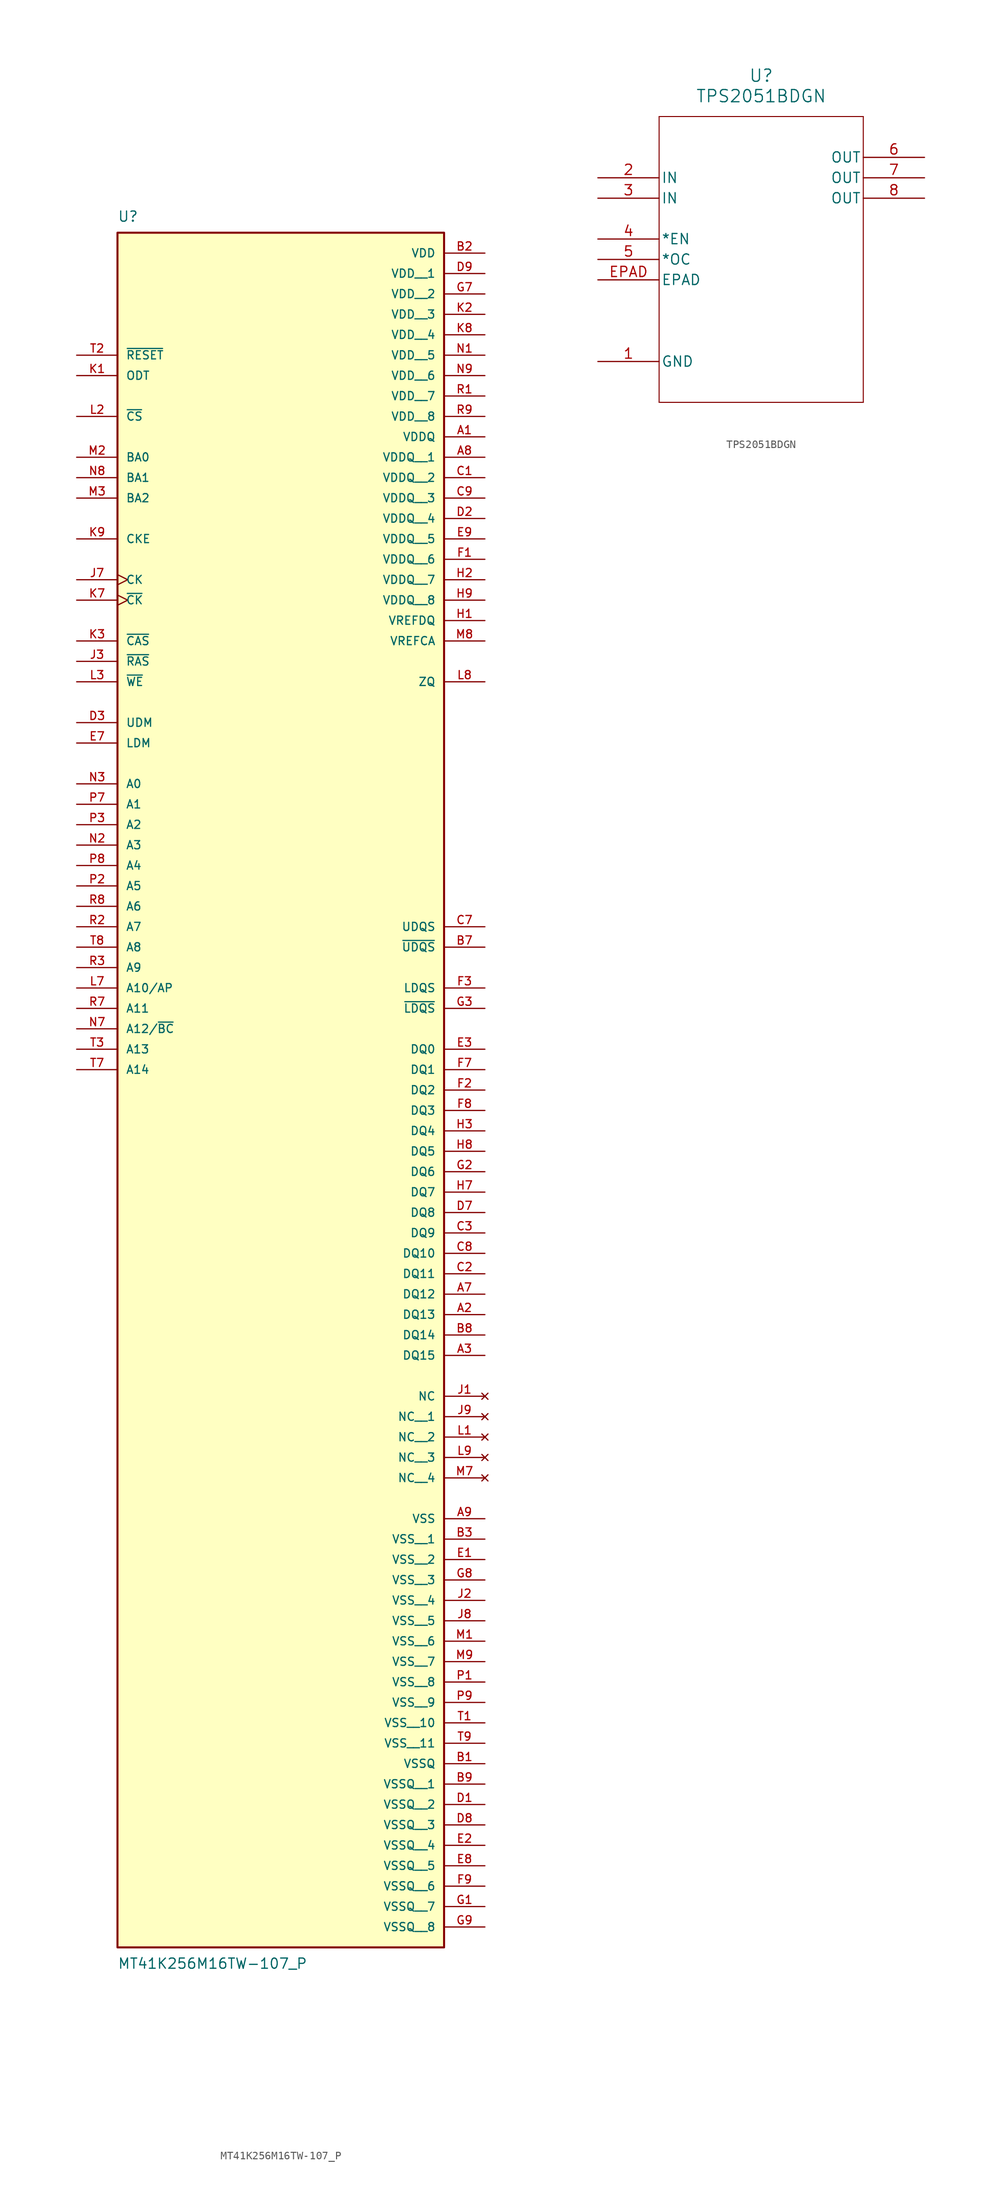
<source format=kicad_sym>
(kicad_symbol_lib
  (version 20231120)
  (generator "kicad_symbol_editor")
  (generator_version "8.0")
  (symbol "MT41K256M16TW-107_P"
    (pin_names
      (offset 1.016))
    (property "Reference" "U"
      (at -20.32 57.15 0)
      (effects (font (size 1.27 1.27)) (justify left bottom)))
    (property "Value" "MT41K256M16TW-107_P"
      (at -20.32 -158.75 0)
      (effects (font (size 1.27 1.27)) (justify left top)))
    (symbol "MT41K256M16TW-107_P_0_0"
      (rectangle (start -20.32 -157.48) (end 20.32 55.88) (stroke (width 0.254) (type default)) (fill (type background)))
      (pin power_in line (at 25.4 30.48 180) (length 5.08) (name "VDDQ" (effects (font (size 1.016 1.016)))) (number "A1" (effects (font (size 1.016 1.016)))))
      (pin bidirectional line (at 25.4 -78.74 180) (length 5.08) (name "DQ13" (effects (font (size 1.016 1.016)))) (number "A2" (effects (font (size 1.016 1.016)))))
      (pin bidirectional line (at 25.4 -83.82 180) (length 5.08) (name "DQ15" (effects (font (size 1.016 1.016)))) (number "A3" (effects (font (size 1.016 1.016)))))
      (pin bidirectional line (at 25.4 -76.2 180) (length 5.08) (name "DQ12" (effects (font (size 1.016 1.016)))) (number "A7" (effects (font (size 1.016 1.016)))))
      (pin power_in line (at 25.4 27.94 180) (length 5.08) (name "VDDQ__1" (effects (font (size 1.016 1.016)))) (number "A8" (effects (font (size 1.016 1.016)))))
      (pin power_in line (at 25.4 -104.14 180) (length 5.08) (name "VSS" (effects (font (size 1.016 1.016)))) (number "A9" (effects (font (size 1.016 1.016)))))
      (pin power_in line (at 25.4 -134.62 180) (length 5.08) (name "VSSQ" (effects (font (size 1.016 1.016)))) (number "B1" (effects (font (size 1.016 1.016)))))
      (pin power_in line (at 25.4 53.34 180) (length 5.08) (name "VDD" (effects (font (size 1.016 1.016)))) (number "B2" (effects (font (size 1.016 1.016)))))
      (pin power_in line (at 25.4 -106.68 180) (length 5.08) (name "VSS__1" (effects (font (size 1.016 1.016)))) (number "B3" (effects (font (size 1.016 1.016)))))
      (pin bidirectional line (at 25.4 -33.02 180) (length 5.08) (name "~{UDQS}" (effects (font (size 1.016 1.016)))) (number "B7" (effects (font (size 1.016 1.016)))))
      (pin bidirectional line (at 25.4 -81.28 180) (length 5.08) (name "DQ14" (effects (font (size 1.016 1.016)))) (number "B8" (effects (font (size 1.016 1.016)))))
      (pin power_in line (at 25.4 -137.16 180) (length 5.08) (name "VSSQ__1" (effects (font (size 1.016 1.016)))) (number "B9" (effects (font (size 1.016 1.016)))))
      (pin power_in line (at 25.4 25.4 180) (length 5.08) (name "VDDQ__2" (effects (font (size 1.016 1.016)))) (number "C1" (effects (font (size 1.016 1.016)))))
      (pin bidirectional line (at 25.4 -73.66 180) (length 5.08) (name "DQ11" (effects (font (size 1.016 1.016)))) (number "C2" (effects (font (size 1.016 1.016)))))
      (pin bidirectional line (at 25.4 -68.58 180) (length 5.08) (name "DQ9" (effects (font (size 1.016 1.016)))) (number "C3" (effects (font (size 1.016 1.016)))))
      (pin bidirectional line (at 25.4 -30.48 180) (length 5.08) (name "UDQS" (effects (font (size 1.016 1.016)))) (number "C7" (effects (font (size 1.016 1.016)))))
      (pin bidirectional line (at 25.4 -71.12 180) (length 5.08) (name "DQ10" (effects (font (size 1.016 1.016)))) (number "C8" (effects (font (size 1.016 1.016)))))
      (pin power_in line (at 25.4 22.86 180) (length 5.08) (name "VDDQ__3" (effects (font (size 1.016 1.016)))) (number "C9" (effects (font (size 1.016 1.016)))))
      (pin power_in line (at 25.4 -139.7 180) (length 5.08) (name "VSSQ__2" (effects (font (size 1.016 1.016)))) (number "D1" (effects (font (size 1.016 1.016)))))
      (pin power_in line (at 25.4 20.32 180) (length 5.08) (name "VDDQ__4" (effects (font (size 1.016 1.016)))) (number "D2" (effects (font (size 1.016 1.016)))))
      (pin input line (at -25.4 -5.08 0) (length 5.08) (name "UDM" (effects (font (size 1.016 1.016)))) (number "D3" (effects (font (size 1.016 1.016)))))
      (pin bidirectional line (at 25.4 -66.04 180) (length 5.08) (name "DQ8" (effects (font (size 1.016 1.016)))) (number "D7" (effects (font (size 1.016 1.016)))))
      (pin power_in line (at 25.4 -142.24 180) (length 5.08) (name "VSSQ__3" (effects (font (size 1.016 1.016)))) (number "D8" (effects (font (size 1.016 1.016)))))
      (pin power_in line (at 25.4 50.8 180) (length 5.08) (name "VDD__1" (effects (font (size 1.016 1.016)))) (number "D9" (effects (font (size 1.016 1.016)))))
      (pin power_in line (at 25.4 -109.22 180) (length 5.08) (name "VSS__2" (effects (font (size 1.016 1.016)))) (number "E1" (effects (font (size 1.016 1.016)))))
      (pin power_in line (at 25.4 -144.78 180) (length 5.08) (name "VSSQ__4" (effects (font (size 1.016 1.016)))) (number "E2" (effects (font (size 1.016 1.016)))))
      (pin bidirectional line (at 25.4 -45.72 180) (length 5.08) (name "DQ0" (effects (font (size 1.016 1.016)))) (number "E3" (effects (font (size 1.016 1.016)))))
      (pin input line (at -25.4 -7.62 0) (length 5.08) (name "LDM" (effects (font (size 1.016 1.016)))) (number "E7" (effects (font (size 1.016 1.016)))))
      (pin power_in line (at 25.4 -147.32 180) (length 5.08) (name "VSSQ__5" (effects (font (size 1.016 1.016)))) (number "E8" (effects (font (size 1.016 1.016)))))
      (pin power_in line (at 25.4 17.78 180) (length 5.08) (name "VDDQ__5" (effects (font (size 1.016 1.016)))) (number "E9" (effects (font (size 1.016 1.016)))))
      (pin power_in line (at 25.4 15.24 180) (length 5.08) (name "VDDQ__6" (effects (font (size 1.016 1.016)))) (number "F1" (effects (font (size 1.016 1.016)))))
      (pin bidirectional line (at 25.4 -50.8 180) (length 5.08) (name "DQ2" (effects (font (size 1.016 1.016)))) (number "F2" (effects (font (size 1.016 1.016)))))
      (pin bidirectional line (at 25.4 -38.1 180) (length 5.08) (name "LDQS" (effects (font (size 1.016 1.016)))) (number "F3" (effects (font (size 1.016 1.016)))))
      (pin bidirectional line (at 25.4 -48.26 180) (length 5.08) (name "DQ1" (effects (font (size 1.016 1.016)))) (number "F7" (effects (font (size 1.016 1.016)))))
      (pin bidirectional line (at 25.4 -53.34 180) (length 5.08) (name "DQ3" (effects (font (size 1.016 1.016)))) (number "F8" (effects (font (size 1.016 1.016)))))
      (pin power_in line (at 25.4 -149.86 180) (length 5.08) (name "VSSQ__6" (effects (font (size 1.016 1.016)))) (number "F9" (effects (font (size 1.016 1.016)))))
      (pin power_in line (at 25.4 -152.4 180) (length 5.08) (name "VSSQ__7" (effects (font (size 1.016 1.016)))) (number "G1" (effects (font (size 1.016 1.016)))))
      (pin bidirectional line (at 25.4 -60.96 180) (length 5.08) (name "DQ6" (effects (font (size 1.016 1.016)))) (number "G2" (effects (font (size 1.016 1.016)))))
      (pin bidirectional line (at 25.4 -40.64 180) (length 5.08) (name "~{LDQS}" (effects (font (size 1.016 1.016)))) (number "G3" (effects (font (size 1.016 1.016)))))
      (pin power_in line (at 25.4 48.26 180) (length 5.08) (name "VDD__2" (effects (font (size 1.016 1.016)))) (number "G7" (effects (font (size 1.016 1.016)))))
      (pin power_in line (at 25.4 -111.76 180) (length 5.08) (name "VSS__3" (effects (font (size 1.016 1.016)))) (number "G8" (effects (font (size 1.016 1.016)))))
      (pin power_in line (at 25.4 -154.94 180) (length 5.08) (name "VSSQ__8" (effects (font (size 1.016 1.016)))) (number "G9" (effects (font (size 1.016 1.016)))))
      (pin power_in line (at 25.4 7.62 180) (length 5.08) (name "VREFDQ" (effects (font (size 1.016 1.016)))) (number "H1" (effects (font (size 1.016 1.016)))))
      (pin power_in line (at 25.4 12.7 180) (length 5.08) (name "VDDQ__7" (effects (font (size 1.016 1.016)))) (number "H2" (effects (font (size 1.016 1.016)))))
      (pin bidirectional line (at 25.4 -55.88 180) (length 5.08) (name "DQ4" (effects (font (size 1.016 1.016)))) (number "H3" (effects (font (size 1.016 1.016)))))
      (pin bidirectional line (at 25.4 -63.5 180) (length 5.08) (name "DQ7" (effects (font (size 1.016 1.016)))) (number "H7" (effects (font (size 1.016 1.016)))))
      (pin bidirectional line (at 25.4 -58.42 180) (length 5.08) (name "DQ5" (effects (font (size 1.016 1.016)))) (number "H8" (effects (font (size 1.016 1.016)))))
      (pin power_in line (at 25.4 10.16 180) (length 5.08) (name "VDDQ__8" (effects (font (size 1.016 1.016)))) (number "H9" (effects (font (size 1.016 1.016)))))
      (pin no_connect line (at 25.4 -88.9 180) (length 5.08) (name "NC" (effects (font (size 1.016 1.016)))) (number "J1" (effects (font (size 1.016 1.016)))))
      (pin power_in line (at 25.4 -114.3 180) (length 5.08) (name "VSS__4" (effects (font (size 1.016 1.016)))) (number "J2" (effects (font (size 1.016 1.016)))))
      (pin input line (at -25.4 2.54 0) (length 5.08) (name "~{RAS}" (effects (font (size 1.016 1.016)))) (number "J3" (effects (font (size 1.016 1.016)))))
      (pin input clock (at -25.4 12.7 0) (length 5.08) (name "CK" (effects (font (size 1.016 1.016)))) (number "J7" (effects (font (size 1.016 1.016)))))
      (pin power_in line (at 25.4 -116.84 180) (length 5.08) (name "VSS__5" (effects (font (size 1.016 1.016)))) (number "J8" (effects (font (size 1.016 1.016)))))
      (pin no_connect line (at 25.4 -91.44 180) (length 5.08) (name "NC__1" (effects (font (size 1.016 1.016)))) (number "J9" (effects (font (size 1.016 1.016)))))
      (pin input line (at -25.4 38.1 0) (length 5.08) (name "ODT" (effects (font (size 1.016 1.016)))) (number "K1" (effects (font (size 1.016 1.016)))))
      (pin power_in line (at 25.4 45.72 180) (length 5.08) (name "VDD__3" (effects (font (size 1.016 1.016)))) (number "K2" (effects (font (size 1.016 1.016)))))
      (pin input line (at -25.4 5.08 0) (length 5.08) (name "~{CAS}" (effects (font (size 1.016 1.016)))) (number "K3" (effects (font (size 1.016 1.016)))))
      (pin input clock (at -25.4 10.16 0) (length 5.08) (name "~{CK}" (effects (font (size 1.016 1.016)))) (number "K7" (effects (font (size 1.016 1.016)))))
      (pin power_in line (at 25.4 43.18 180) (length 5.08) (name "VDD__4" (effects (font (size 1.016 1.016)))) (number "K8" (effects (font (size 1.016 1.016)))))
      (pin input line (at -25.4 17.78 0) (length 5.08) (name "CKE" (effects (font (size 1.016 1.016)))) (number "K9" (effects (font (size 1.016 1.016)))))
      (pin no_connect line (at 25.4 -93.98 180) (length 5.08) (name "NC__2" (effects (font (size 1.016 1.016)))) (number "L1" (effects (font (size 1.016 1.016)))))
      (pin input line (at -25.4 33.02 0) (length 5.08) (name "~{CS}" (effects (font (size 1.016 1.016)))) (number "L2" (effects (font (size 1.016 1.016)))))
      (pin input line (at -25.4 0 0) (length 5.08) (name "~{WE}" (effects (font (size 1.016 1.016)))) (number "L3" (effects (font (size 1.016 1.016)))))
      (pin input line (at -25.4 -38.1 0) (length 5.08) (name "A10/AP" (effects (font (size 1.016 1.016)))) (number "L7" (effects (font (size 1.016 1.016)))))
      (pin output line (at 25.4 0 180) (length 5.08) (name "ZQ" (effects (font (size 1.016 1.016)))) (number "L8" (effects (font (size 1.016 1.016)))))
      (pin no_connect line (at 25.4 -96.52 180) (length 5.08) (name "NC__3" (effects (font (size 1.016 1.016)))) (number "L9" (effects (font (size 1.016 1.016)))))
      (pin power_in line (at 25.4 -119.38 180) (length 5.08) (name "VSS__6" (effects (font (size 1.016 1.016)))) (number "M1" (effects (font (size 1.016 1.016)))))
      (pin input line (at -25.4 27.94 0) (length 5.08) (name "BA0" (effects (font (size 1.016 1.016)))) (number "M2" (effects (font (size 1.016 1.016)))))
      (pin input line (at -25.4 22.86 0) (length 5.08) (name "BA2" (effects (font (size 1.016 1.016)))) (number "M3" (effects (font (size 1.016 1.016)))))
      (pin no_connect line (at 25.4 -99.06 180) (length 5.08) (name "NC__4" (effects (font (size 1.016 1.016)))) (number "M7" (effects (font (size 1.016 1.016)))))
      (pin power_in line (at 25.4 5.08 180) (length 5.08) (name "VREFCA" (effects (font (size 1.016 1.016)))) (number "M8" (effects (font (size 1.016 1.016)))))
      (pin power_in line (at 25.4 -121.92 180) (length 5.08) (name "VSS__7" (effects (font (size 1.016 1.016)))) (number "M9" (effects (font (size 1.016 1.016)))))
      (pin power_in line (at 25.4 40.64 180) (length 5.08) (name "VDD__5" (effects (font (size 1.016 1.016)))) (number "N1" (effects (font (size 1.016 1.016)))))
      (pin input line (at -25.4 -20.32 0) (length 5.08) (name "A3" (effects (font (size 1.016 1.016)))) (number "N2" (effects (font (size 1.016 1.016)))))
      (pin input line (at -25.4 -12.7 0) (length 5.08) (name "A0" (effects (font (size 1.016 1.016)))) (number "N3" (effects (font (size 1.016 1.016)))))
      (pin input line (at -25.4 -43.18 0) (length 5.08) (name "A12/~{BC}" (effects (font (size 1.016 1.016)))) (number "N7" (effects (font (size 1.016 1.016)))))
      (pin input line (at -25.4 25.4 0) (length 5.08) (name "BA1" (effects (font (size 1.016 1.016)))) (number "N8" (effects (font (size 1.016 1.016)))))
      (pin power_in line (at 25.4 38.1 180) (length 5.08) (name "VDD__6" (effects (font (size 1.016 1.016)))) (number "N9" (effects (font (size 1.016 1.016)))))
      (pin power_in line (at 25.4 -124.46 180) (length 5.08) (name "VSS__8" (effects (font (size 1.016 1.016)))) (number "P1" (effects (font (size 1.016 1.016)))))
      (pin input line (at -25.4 -25.4 0) (length 5.08) (name "A5" (effects (font (size 1.016 1.016)))) (number "P2" (effects (font (size 1.016 1.016)))))
      (pin input line (at -25.4 -17.78 0) (length 5.08) (name "A2" (effects (font (size 1.016 1.016)))) (number "P3" (effects (font (size 1.016 1.016)))))
      (pin input line (at -25.4 -15.24 0) (length 5.08) (name "A1" (effects (font (size 1.016 1.016)))) (number "P7" (effects (font (size 1.016 1.016)))))
      (pin input line (at -25.4 -22.86 0) (length 5.08) (name "A4" (effects (font (size 1.016 1.016)))) (number "P8" (effects (font (size 1.016 1.016)))))
      (pin power_in line (at 25.4 -127 180) (length 5.08) (name "VSS__9" (effects (font (size 1.016 1.016)))) (number "P9" (effects (font (size 1.016 1.016)))))
      (pin power_in line (at 25.4 35.56 180) (length 5.08) (name "VDD__7" (effects (font (size 1.016 1.016)))) (number "R1" (effects (font (size 1.016 1.016)))))
      (pin input line (at -25.4 -30.48 0) (length 5.08) (name "A7" (effects (font (size 1.016 1.016)))) (number "R2" (effects (font (size 1.016 1.016)))))
      (pin input line (at -25.4 -35.56 0) (length 5.08) (name "A9" (effects (font (size 1.016 1.016)))) (number "R3" (effects (font (size 1.016 1.016)))))
      (pin input line (at -25.4 -40.64 0) (length 5.08) (name "A11" (effects (font (size 1.016 1.016)))) (number "R7" (effects (font (size 1.016 1.016)))))
      (pin input line (at -25.4 -27.94 0) (length 5.08) (name "A6" (effects (font (size 1.016 1.016)))) (number "R8" (effects (font (size 1.016 1.016)))))
      (pin power_in line (at 25.4 33.02 180) (length 5.08) (name "VDD__8" (effects (font (size 1.016 1.016)))) (number "R9" (effects (font (size 1.016 1.016)))))
      (pin power_in line (at 25.4 -129.54 180) (length 5.08) (name "VSS__10" (effects (font (size 1.016 1.016)))) (number "T1" (effects (font (size 1.016 1.016)))))
      (pin input line (at -25.4 40.64 0) (length 5.08) (name "~{RESET}" (effects (font (size 1.016 1.016)))) (number "T2" (effects (font (size 1.016 1.016)))))
      (pin input line (at -25.4 -45.72 0) (length 5.08) (name "A13" (effects (font (size 1.016 1.016)))) (number "T3" (effects (font (size 1.016 1.016)))))
      (pin input line (at -25.4 -48.26 0) (length 5.08) (name "A14" (effects (font (size 1.016 1.016)))) (number "T7" (effects (font (size 1.016 1.016)))))
      (pin input line (at -25.4 -33.02 0) (length 5.08) (name "A8" (effects (font (size 1.016 1.016)))) (number "T8" (effects (font (size 1.016 1.016)))))
      (pin power_in line (at 25.4 -132.08 180) (length 5.08) (name "VSS__11" (effects (font (size 1.016 1.016)))) (number "T9" (effects (font (size 1.016 1.016)))))))
  (symbol "TPS2051BDGN"
    (pin_names
      (offset 0.254))
    (property "Reference" "U"
      (at 20.32 12.7 0)
      (effects (font (size 1.524 1.524))))
    (property "Value" "TPS2051BDGN"
      (at 20.32 10.16 0)
      (effects (font (size 1.524 1.524))))
    (property "ki_locked" ""
      (at 0 0 0)
      (effects (font (size 1.27 1.27))))
    (symbol "TPS2051BDGN_0_1"
      (polyline (pts (xy 7.62 -27.94) (xy 33.02 -27.94)) (stroke (width 0.127) (type default)) (fill (type none)))
      (polyline (pts (xy 7.62 7.62) (xy 7.62 -27.94)) (stroke (width 0.127) (type default)) (fill (type none)))
      (polyline (pts (xy 33.02 -27.94) (xy 33.02 7.62)) (stroke (width 0.127) (type default)) (fill (type none)))
      (polyline (pts (xy 33.02 7.62) (xy 7.62 7.62)) (stroke (width 0.127) (type default)) (fill (type none)))
      (pin power_in line (at 0 -22.86 0) (length 7.62) (name "GND" (effects (font (size 1.27 1.27)))) (number "1" (effects (font (size 1.27 1.27)))))
      (pin input line (at 0 0 0) (length 7.62) (name "IN" (effects (font (size 1.27 1.27)))) (number "2" (effects (font (size 1.27 1.27)))))
      (pin input line (at 0 -2.54 0) (length 7.62) (name "IN" (effects (font (size 1.27 1.27)))) (number "3" (effects (font (size 1.27 1.27)))))
      (pin unspecified line (at 0 -7.62 0) (length 7.62) (name "*EN" (effects (font (size 1.27 1.27)))) (number "4" (effects (font (size 1.27 1.27)))))
      (pin unspecified line (at 0 -10.16 0) (length 7.62) (name "*OC" (effects (font (size 1.27 1.27)))) (number "5" (effects (font (size 1.27 1.27)))))
      (pin output line (at 40.64 2.54 180) (length 7.62) (name "OUT" (effects (font (size 1.27 1.27)))) (number "6" (effects (font (size 1.27 1.27)))))
      (pin output line (at 40.64 0 180) (length 7.62) (name "OUT" (effects (font (size 1.27 1.27)))) (number "7" (effects (font (size 1.27 1.27)))))
      (pin output line (at 40.64 -2.54 180) (length 7.62) (name "OUT" (effects (font (size 1.27 1.27)))) (number "8" (effects (font (size 1.27 1.27)))))
      (pin unspecified line (at 0 -12.7 0) (length 7.62) (name "EPAD" (effects (font (size 1.27 1.27)))) (number "EPAD" (effects (font (size 1.27 1.27))))))))
</source>
